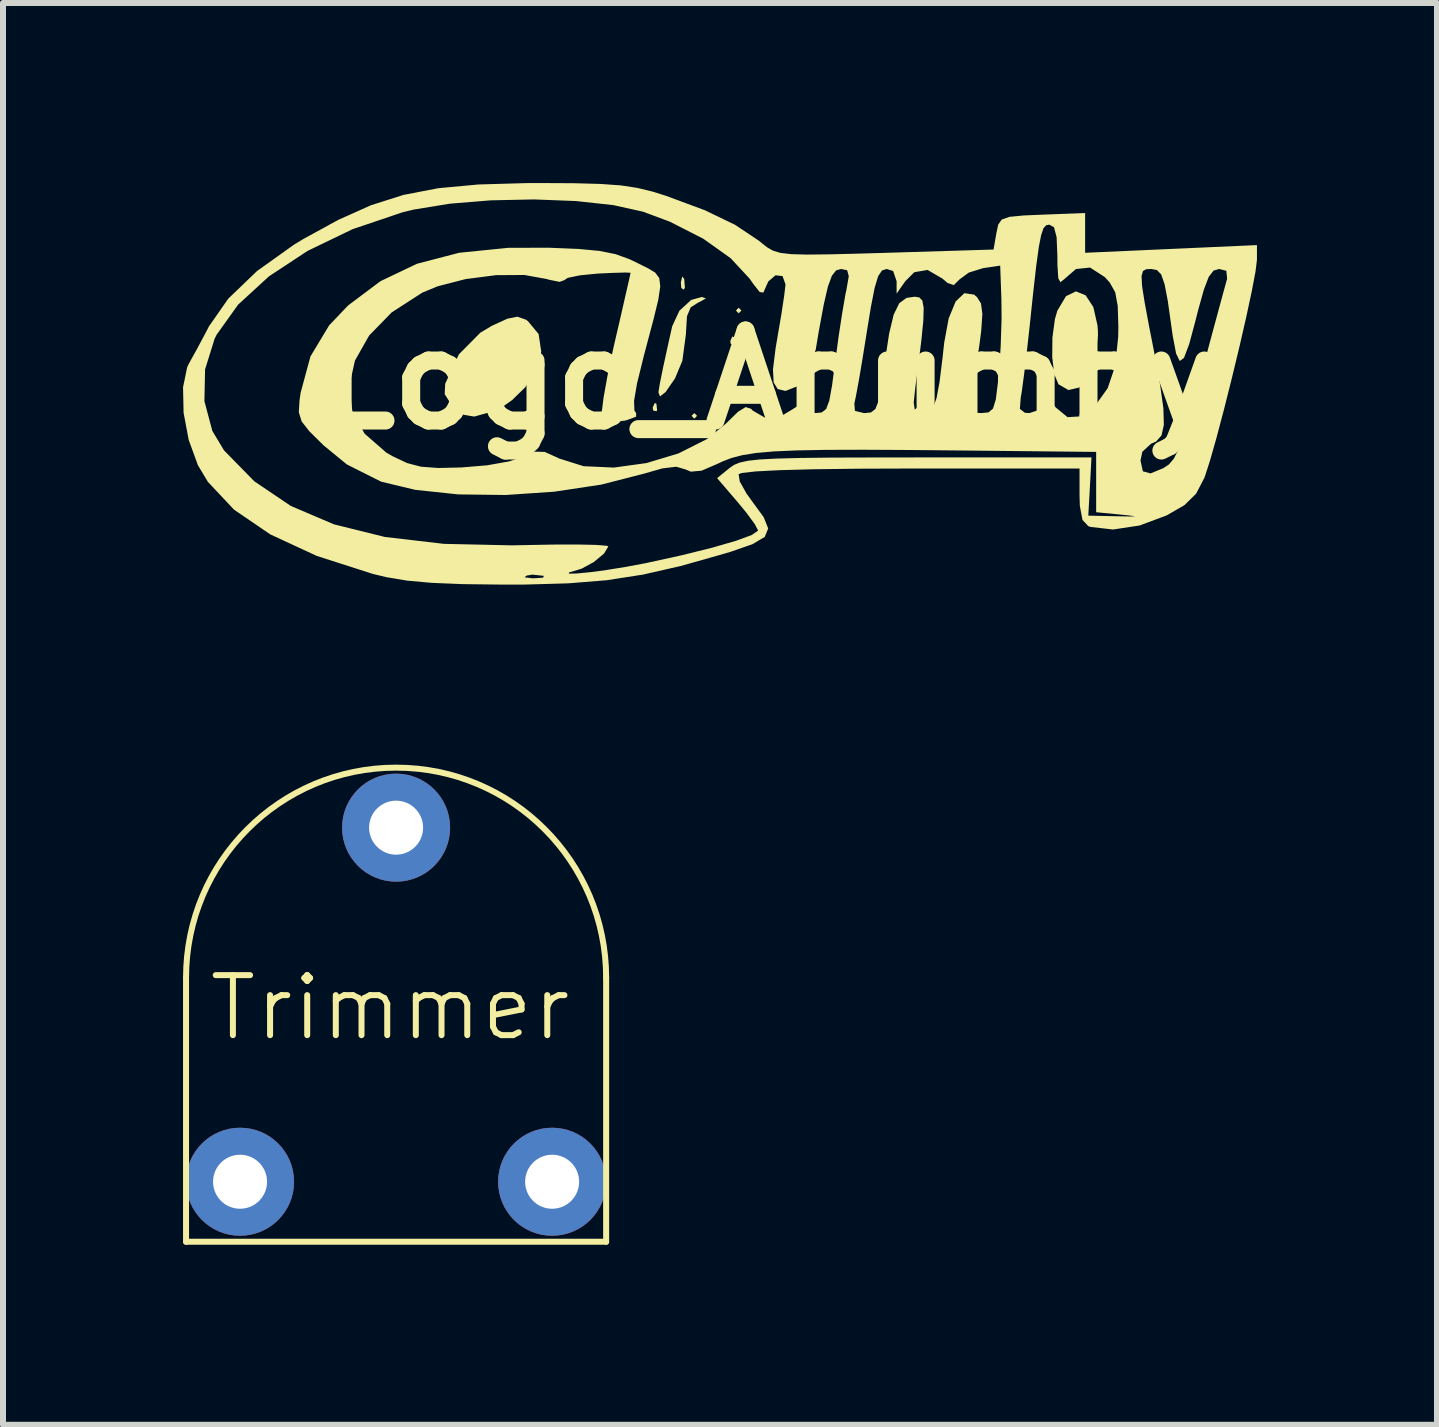
<source format=kicad_pcb>
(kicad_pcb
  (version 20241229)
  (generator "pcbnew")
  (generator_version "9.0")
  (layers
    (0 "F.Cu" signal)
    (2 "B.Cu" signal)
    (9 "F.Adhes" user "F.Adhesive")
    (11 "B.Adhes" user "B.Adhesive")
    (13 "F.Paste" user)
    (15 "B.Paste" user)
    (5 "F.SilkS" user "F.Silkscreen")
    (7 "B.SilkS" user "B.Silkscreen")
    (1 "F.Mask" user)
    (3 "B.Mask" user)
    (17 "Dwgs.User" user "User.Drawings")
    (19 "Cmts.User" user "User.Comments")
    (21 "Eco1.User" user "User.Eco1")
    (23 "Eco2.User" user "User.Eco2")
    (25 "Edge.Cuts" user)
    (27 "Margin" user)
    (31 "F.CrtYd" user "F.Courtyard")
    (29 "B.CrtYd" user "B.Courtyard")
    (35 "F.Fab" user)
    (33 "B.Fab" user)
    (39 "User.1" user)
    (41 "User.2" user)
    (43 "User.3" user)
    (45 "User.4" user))
  (footprint "Logo_Anumby"
    (layer "F.Cu")
    (at 9.766 3.279)
    (property "Reference" "Logo_Anumby" (at 0 0 0) (layer "F.SilkS") (effects (font (size 1.5 1.5) (thickness 0.3))))
    (attr board_only exclude_from_pos_files exclude_from_bom)
    (fp_poly (pts (xy -1.201 0.6) (xy -1.247 0.647) (xy -1.293 0.6) (xy -1.247 0.554)) (stroke (width 0) (type solid)) (fill yes) (layer "F.SilkS"))
    (fp_poly (pts (xy -0.647 -0.139) (xy -0.693 -0.092) (xy -0.739 -0.139) (xy -0.693 -0.185)) (stroke (width 0) (type solid)) (fill yes) (layer "F.SilkS"))
    (fp_poly (pts (xy -0.462 -1.155) (xy -0.508 -1.108) (xy -0.554 -1.155) (xy -0.508 -1.201)) (stroke (width 0) (type solid)) (fill yes) (layer "F.SilkS"))
    (fp_poly (pts (xy -1.878 0.4) (xy -1.867 0.51) (xy -1.878 0.523) (xy -1.933 0.511) (xy -1.94 0.462) (xy -1.906 0.386)) (stroke (width 0) (type solid)) (fill yes) (layer "F.SilkS"))
    (fp_poly (pts (xy -1.415 -1.68) (xy -1.404 -1.536) (xy -1.422 -1.503) (xy -1.464 -1.53) (xy -1.471 -1.624) (xy -1.448 -1.723)) (stroke (width 0) (type solid)) (fill yes) (layer "F.SilkS"))
    (fp_poly (pts (xy -0.77 0.031) (xy -0.759 0.14) (xy -0.77 0.154) (xy -0.825 0.141) (xy -0.831 0.092) (xy -0.797 0.016)) (stroke (width 0) (type solid)) (fill yes) (layer "F.SilkS"))
    (fp_poly (pts (xy -0.585 -0.708) (xy -0.574 -0.599) (xy -0.585 -0.585) (xy -0.64 -0.598) (xy -0.647 -0.647) (xy -0.613 -0.723)) (stroke (width 0) (type solid)) (fill yes) (layer "F.SilkS"))
    (fp_poly (pts (xy 5.273 -1.409) (xy 5.402 -1.213) (xy 5.472 -0.903) (xy 5.478 -0.741) (xy 5.433 -0.351) (xy 5.323 -0.053) (xy 5.167 0.128) (xy 4.986 0.17) (xy 4.821 0.074) (xy 4.751 -0.094) (xy 4.717 -0.376) (xy 4.72 -0.705) (xy 4.762 -1.014) (xy 4.802 -1.151) (xy 4.946 -1.394) (xy 5.112 -1.474)) (stroke (width 0) (type solid)) (fill yes) (layer "F.SilkS"))
    (fp_poly (pts (xy -1.053 -1.358) (xy -1.154 -1.3) (xy -1.178 -1.29) (xy -1.307 -1.208) (xy -1.369 -1.06) (xy -1.386 -0.79) (xy -1.386 -0.765) (xy -1.446 -0.318) (xy -1.569 -0.023) (xy -1.725 0.203) (xy -1.819 0.277) (xy -1.845 0.208) (xy -1.823 0.071) (xy -1.765 -0.215) (xy -1.676 -0.622) (xy -1.615 -0.894) (xy -1.495 -1.152) (xy -1.299 -1.331) (xy -1.125 -1.38)) (stroke (width 0) (type solid)) (fill yes) (layer "F.SilkS"))
    (fp_poly (pts (xy -4.06 -1.005) (xy -4.023 -0.982) (xy -3.841 -0.763) (xy -3.797 -0.467) (xy -3.889 -0.138) (xy -4.065 0.125) (xy -4.281 0.336) (xy -4.489 0.483) (xy -4.555 0.511) (xy -4.792 0.578) (xy -4.914 0.612) (xy -5.087 0.584) (xy -5.265 0.462) (xy -5.406 0.239) (xy -5.398 0.065) (xy -5.169 -0.426) (xy -4.813 -0.785) (xy -4.621 -0.9) (xy -4.361 -1.019) (xy -4.196 -1.052)) (stroke (width 0) (type solid)) (fill yes) (layer "F.SilkS"))
    (fp_poly (pts (xy -3.249 -3.276) (xy -2.81 -3.264) (xy -2.472 -3.24) (xy -2.196 -3.198) (xy -1.941 -3.136) (xy -1.715 -3.065) (xy -1.069 -2.825) (xy -0.568 -2.583) (xy -0.174 -2.32) (xy -0.128 -2.283) (xy -0.032 -2.207) (xy 0.064 -2.152) (xy 0.189 -2.115) (xy 0.369 -2.094) (xy 0.634 -2.087) (xy 1.01 -2.091) (xy 1.525 -2.104) (xy 1.939 -2.116) (xy 3.739 -2.171) (xy 3.787 -2.448) (xy 3.817 -2.587) (xy 3.876 -2.671) (xy 4.004 -2.716) (xy 4.243 -2.739) (xy 4.55 -2.752) (xy 5.265 -2.779) (xy 5.265 -2.448) (xy 5.265 -2.117) (xy 6.696 -2.181) (xy 8.128 -2.245) (xy 8.128 -1.999) (xy 8.105 -1.81) (xy 8.043 -1.481) (xy 7.95 -1.048) (xy 7.836 -0.55) (xy 7.709 -0.024) (xy 7.579 0.493) (xy 7.455 0.962) (xy 7.346 1.346) (xy 7.261 1.609) (xy 7.25 1.637) (xy 7.114 1.898) (xy 6.92 2.088) (xy 6.624 2.259) (xy 6.173 2.427) (xy 5.73 2.494) (xy 5.356 2.451) (xy 5.318 2.438) (xy 5.221 2.335) (xy 5.177 2.101) (xy 5.172 1.93) (xy 5.172 1.478) (xy 2.361 1.478) (xy 1.478 1.481) (xy 0.748 1.49) (xy 0.178 1.505) (xy -0.225 1.526) (xy -0.455 1.552) (xy -0.509 1.572) (xy -0.49 1.692) (xy -0.377 1.895) (xy -0.284 2.024) (xy -0.091 2.288) (xy -0.016 2.476) (xy -0.073 2.617) (xy -0.276 2.738) (xy -0.641 2.865) (xy -0.762 2.901) (xy -1.473 3.102) (xy -2.101 3.245) (xy -2.706 3.339) (xy -3.348 3.391) (xy -4.088 3.412) (xy -4.453 3.412) (xy -5.11 3.404) (xy -5.622 3.383) (xy -6.031 3.346) (xy -6.366 3.29) (xy -4.077 3.29) (xy -3.954 3.306) (xy -3.925 3.307) (xy -3.768 3.297) (xy -3.754 3.268) (xy -3.762 3.265) (xy -3.945 3.246) (xy -4.039 3.261) (xy -4.077 3.29) (xy -6.366 3.29) (xy -6.375 3.289) (xy -6.604 3.234) (xy -7.538 2.934) (xy -8.311 2.576) (xy -8.917 2.163) (xy -9.352 1.7) (xy -9.519 1.421) (xy -9.672 1) (xy -9.757 0.548) (xy -9.761 0.355) (xy -9.41 0.355) (xy -9.278 0.851) (xy -9.083 1.176) (xy -8.578 1.691) (xy -7.971 2.101) (xy -7.251 2.408) (xy -6.404 2.618) (xy -5.42 2.733) (xy -4.286 2.758) (xy -4.087 2.754) (xy -3.601 2.745) (xy -3.187 2.744) (xy -2.878 2.751) (xy -2.705 2.765) (xy -2.679 2.776) (xy -2.751 2.895) (xy -2.923 3.037) (xy -3.123 3.146) (xy -3.187 3.166) (xy -3.337 3.211) (xy -3.335 3.23) (xy -3.209 3.227) (xy -2.989 3.206) (xy -2.704 3.168) (xy -2.384 3.116) (xy -2.063 3.056) (xy -1.46 2.924) (xy -0.949 2.797) (xy -0.552 2.682) (xy -0.29 2.586) (xy -0.186 2.513) (xy -0.185 2.508) (xy -0.24 2.403) (xy -0.384 2.208) (xy -0.526 2.036) (xy -0.867 1.638) (xy -0.654 1.465) (xy -0.584 1.417) (xy -0.491 1.379) (xy -0.356 1.349) (xy -0.157 1.327) (xy 0.125 1.312) (xy 0.51 1.302) (xy 1.02 1.296) (xy 1.674 1.294) (xy 2.465 1.293) (xy 5.371 1.293) (xy 5.345 1.778) (xy 5.318 2.263) (xy 5.777 2.273) (xy 6.027 2.277) (xy 6.099 2.274) (xy 5.999 2.26) (xy 5.842 2.244) (xy 5.449 2.206) (xy 5.449 1.703) (xy 5.449 1.345) (xy 6.188 1.345) (xy 6.227 1.524) (xy 6.356 1.559) (xy 6.568 1.472) (xy 6.66 1.411) (xy 6.741 1.317) (xy 6.819 1.166) (xy 6.907 0.931) (xy 7.012 0.587) (xy 7.146 0.108) (xy 7.262 -0.323) (xy 7.385 -0.781) (xy 7.494 -1.183) (xy 7.578 -1.493) (xy 7.627 -1.67) (xy 7.631 -1.686) (xy 7.618 -1.817) (xy 7.498 -1.847) (xy 7.405 -1.82) (xy 7.325 -1.716) (xy 7.244 -1.504) (xy 7.146 -1.153) (xy 7.109 -1.005) (xy 6.999 -0.595) (xy 6.912 -0.365) (xy 6.841 -0.314) (xy 6.781 -0.438) (xy 6.724 -0.737) (xy 6.704 -0.877) (xy 6.643 -1.312) (xy 6.589 -1.594) (xy 6.532 -1.757) (xy 6.46 -1.83) (xy 6.366 -1.847) (xy 6.282 -1.843) (xy 6.228 -1.812) (xy 6.205 -1.727) (xy 6.214 -1.562) (xy 6.257 -1.289) (xy 6.333 -0.881) (xy 6.411 -0.484) (xy 6.513 0.071) (xy 6.569 0.474) (xy 6.577 0.75) (xy 6.538 0.926) (xy 6.449 1.027) (xy 6.363 1.065) (xy 6.218 1.199) (xy 6.188 1.345) (xy 5.449 1.345) (xy 5.449 1.201) (xy 3.256 1.178) (xy 2.329 1.169) (xy 1.567 1.165) (xy 0.95 1.167) (xy 0.46 1.176) (xy 0.076 1.193) (xy -0.22 1.219) (xy -0.449 1.256) (xy -0.63 1.303) (xy -0.782 1.362) (xy -0.854 1.397) (xy -1.126 1.514) (xy -1.306 1.53) (xy -1.397 1.492) (xy -1.548 1.448) (xy -1.78 1.476) (xy -2.095 1.566) (xy -2.798 1.746) (xy -3.581 1.864) (xy -4.392 1.919) (xy -5.181 1.909) (xy -5.898 1.833) (xy -6.465 1.697) (xy -7.036 1.41) (xy -7.423 1.093) (xy -7.661 0.858) (xy -7.79 0.693) (xy -7.837 0.54) (xy -7.825 0.342) (xy -7.807 0.216) (xy -7.643 -0.39) (xy -7.332 -0.907) (xy -7.016 -1.239) (xy -6.476 -1.644) (xy -5.868 -1.934) (xy -5.166 -2.117) (xy -4.345 -2.2) (xy -3.665 -2.201) (xy -3.177 -2.181) (xy -2.825 -2.148) (xy -2.558 -2.094) (xy -2.329 -2.011) (xy -2.196 -1.947) (xy -2.02 -1.86) (xy -1.899 -1.787) (xy -1.831 -1.696) (xy -1.814 -1.557) (xy -1.846 -1.34) (xy -1.925 -1.014) (xy -2.049 -0.547) (xy -2.093 -0.379) (xy -2.202 0.063) (xy -2.251 0.353) (xy -2.245 0.512) (xy -2.216 0.555) (xy -2.217 0.614) (xy -2.373 0.672) (xy -2.411 0.681) (xy -2.638 0.703) (xy -2.78 0.674) (xy -2.785 0.67) (xy -2.792 0.558) (xy -2.76 0.302) (xy -2.695 -0.061) (xy -2.603 -0.496) (xy -2.583 -0.585) (xy -2.481 -1.024) (xy -2.397 -1.392) (xy -2.337 -1.655) (xy -2.31 -1.779) (xy -2.309 -1.784) (xy -2.393 -1.788) (xy -2.61 -1.782) (xy -2.863 -1.77) (xy -3.155 -1.741) (xy -3.356 -1.699) (xy -3.417 -1.659) (xy -3.492 -1.632) (xy -3.676 -1.67) (xy -3.702 -1.679) (xy -4.077 -1.747) (xy -4.551 -1.744) (xy -5.056 -1.679) (xy -5.525 -1.558) (xy -5.779 -1.453) (xy -6.289 -1.124) (xy -6.665 -0.738) (xy -6.902 -0.32) (xy -6.997 0.108) (xy -6.945 0.521) (xy -6.741 0.897) (xy -6.381 1.211) (xy -6.274 1.273) (xy -6.032 1.387) (xy -5.8 1.448) (xy -5.512 1.469) (xy -5.126 1.46) (xy -4.697 1.424) (xy -4.332 1.359) (xy -4.104 1.284) (xy -3.901 1.197) (xy -3.74 1.201) (xy -3.524 1.298) (xy -3.505 1.309) (xy -3.092 1.439) (xy -2.588 1.462) (xy -2.044 1.387) (xy -1.51 1.226) (xy -1.038 0.988) (xy -0.724 0.733) (xy -0.518 0.532) (xy -0.391 0.454) (xy -0.302 0.482) (xy -0.274 0.512) (xy -0.068 0.632) (xy 0.189 0.611) (xy 0.385 0.494) (xy 0.514 0.411) (xy 0.554 0.448) (xy 0.633 0.529) (xy 0.774 0.554) (xy 0.878 0.543) (xy 0.95 0.486) (xy 0.985 0.393) (xy 1.42 0.393) (xy 1.429 0.517) (xy 1.58 0.554) (xy 1.594 0.554) (xy 1.698 0.543) (xy 1.771 0.485) (xy 1.824 0.347) (xy 1.873 0.093) (xy 1.927 -0.296) (xy 1.999 -0.769) (xy 2.075 -1.086) (xy 2.167 -1.275) (xy 2.288 -1.365) (xy 2.426 -1.385) (xy 2.503 -1.373) (xy 2.553 -1.32) (xy 2.575 -1.2) (xy 2.569 -0.986) (xy 2.536 -0.654) (xy 2.476 -0.178) (xy 2.437 0.115) (xy 2.409 0.38) (xy 2.428 0.51) (xy 2.507 0.552) (xy 2.564 0.554) (xy 2.66 0.536) (xy 2.732 0.464) (xy 2.789 0.307) (xy 2.839 0.038) (xy 2.89 -0.373) (xy 2.917 -0.62) (xy 2.992 -1.025) (xy 3.108 -1.306) (xy 3.253 -1.444) (xy 3.414 -1.42) (xy 3.463 -1.379) (xy 3.53 -1.272) (xy 3.553 -1.1) (xy 3.534 -0.819) (xy 3.506 -0.6) (xy 3.453 -0.234) (xy 3.401 0.093) (xy 3.364 0.3) (xy 3.347 0.483) (xy 3.43 0.548) (xy 3.538 0.554) (xy 3.656 0.542) (xy 3.724 0.484) (xy 4.178 0.484) (xy 4.261 0.549) (xy 4.337 0.554) (xy 4.518 0.494) (xy 4.586 0.411) (xy 4.643 0.329) (xy 4.727 0.395) (xy 4.773 0.458) (xy 4.972 0.622) (xy 5.202 0.608) (xy 5.427 0.439) (xy 5.641 0.139) (xy 5.766 -0.23) (xy 5.816 -0.715) (xy 5.819 -0.888) (xy 5.808 -1.235) (xy 5.766 -1.46) (xy 5.674 -1.623) (xy 5.593 -1.712) (xy 5.347 -1.871) (xy 5.112 -1.846) (xy 4.918 -1.678) (xy 4.853 -1.626) (xy 4.818 -1.692) (xy 4.804 -1.904) (xy 4.803 -2.061) (xy 4.79 -2.377) (xy 4.747 -2.541) (xy 4.67 -2.586) (xy 4.615 -2.575) (xy 4.571 -2.525) (xy 4.532 -2.411) (xy 4.493 -2.21) (xy 4.45 -1.896) (xy 4.399 -1.446) (xy 4.339 -0.877) (xy 4.292 -0.454) (xy 4.246 -0.075) (xy 4.208 0.205) (xy 4.192 0.3) (xy 4.178 0.484) (xy 3.724 0.484) (xy 3.73 0.479) (xy 3.777 0.327) (xy 3.812 0.045) (xy 3.828 -0.115) (xy 3.858 -0.555) (xy 3.873 -1.02) (xy 3.87 -1.344) (xy 3.85 -1.903) (xy 3.565 -1.861) (xy 3.327 -1.787) (xy 3.172 -1.673) (xy 3.077 -1.579) (xy 2.973 -1.614) (xy 2.887 -1.687) (xy 2.64 -1.831) (xy 2.418 -1.793) (xy 2.268 -1.642) (xy 2.124 -1.437) (xy 2.124 -1.642) (xy 2.066 -1.813) (xy 1.958 -1.847) (xy 1.88 -1.822) (xy 1.817 -1.728) (xy 1.758 -1.534) (xy 1.695 -1.211) (xy 1.629 -0.808) (xy 1.56 -0.377) (xy 1.497 -0.002) (xy 1.446 0.272) (xy 1.42 0.393) (xy 0.985 0.393) (xy 1.002 0.348) (xy 1.048 0.095) (xy 1.101 -0.3) (xy 1.158 -0.725) (xy 1.219 -1.121) (xy 1.271 -1.424) (xy 1.288 -1.501) (xy 1.327 -1.727) (xy 1.3 -1.826) (xy 1.198 -1.847) (xy 1.115 -1.823) (xy 1.045 -1.734) (xy 0.979 -1.553) (xy 0.91 -1.255) (xy 0.828 -0.813) (xy 0.777 -0.508) (xy 0.667 -0.141) (xy 0.492 0.099) (xy 0.273 0.185) (xy 0.143 0.154) (xy 0.075 0.044) (xy 0.064 -0.174) (xy 0.108 -0.53) (xy 0.144 -0.742) (xy 0.205 -1.099) (xy 0.25 -1.398) (xy 0.272 -1.582) (xy 0.272 -1.593) (xy 0.223 -1.729) (xy 0.106 -1.742) (xy -0.013 -1.64) (xy -0.049 -1.562) (xy -0.096 -1.454) (xy -0.159 -1.464) (xy -0.273 -1.61) (xy -0.326 -1.687) (xy -0.641 -2.026) (xy -1.097 -2.351) (xy -1.652 -2.634) (xy -2.099 -2.801) (xy -2.596 -2.911) (xy -3.219 -2.979) (xy -3.916 -3.006) (xy -4.635 -2.991) (xy -5.321 -2.935) (xy -5.922 -2.837) (xy -6.107 -2.792) (xy -6.939 -2.511) (xy -7.69 -2.149) (xy -8.335 -1.724) (xy -8.849 -1.252) (xy -9.207 -0.751) (xy -9.24 -0.684) (xy -9.399 -0.174) (xy -9.41 0.355) (xy -9.761 0.355) (xy -9.766 0.124) (xy -9.697 -0.211) (xy -9.665 -0.277) (xy -9.538 -0.506) (xy -9.382 -0.798) (xy -9.333 -0.893) (xy -9.012 -1.353) (xy -8.533 -1.813) (xy -7.919 -2.251) (xy -7.768 -2.343) (xy -7.178 -2.666) (xy -6.635 -2.909) (xy -6.094 -3.081) (xy -5.513 -3.193) (xy -4.846 -3.255) (xy -4.051 -3.278) (xy -3.833 -3.279)) (stroke (width 0) (type solid)) (fill yes) (layer "F.SilkS")))
  (footprint "Trimmer"
    (layer "F.Cu")
    (at 3.55 16.641)
    (property "Reference" "Trimmer" (at -0.1 -2.9 0) (unlocked yes) (layer "F.SilkS") (effects (font (size 1 1) (thickness 0.1))))
    (attr through_hole)
    (fp_line (start -3.5 1) (end -3.5 -3.4) (stroke (width 0.1) (type default)) (layer "F.SilkS"))
    (fp_line (start -3.5 1) (end 3.5 1) (stroke (width 0.1) (type default)) (layer "F.SilkS"))
    (fp_line (start 3.5 -3.4) (end 3.5 1) (stroke (width 0.1) (type default)) (layer "F.SilkS"))
    (fp_arc (start -3.5 -3.4) (mid 0 -6.9) (end 3.5 -3.4) (stroke (width 0.1) (type default)) (layer "F.SilkS"))
    (pad "1" thru_hole circle (at -2.6 0) (size 1.8 1.8) (drill 0.9) (layers "*.Cu" "*.Mask"))
    (pad "2" thru_hole circle (at 2.6 0) (size 1.8 1.8) (drill 0.9) (layers "*.Cu" "*.Mask"))
    (pad "3" thru_hole circle (at 0 -5.9) (size 1.8 1.8) (drill 0.9) (layers "*.Cu" "*.Mask")))
  (gr_rect
    (start -3 -3)
    (end 20.894 20.691)
    (stroke (width 0.1) (type default))
    (fill no)
    (layer "Edge.Cuts")))
</source>
